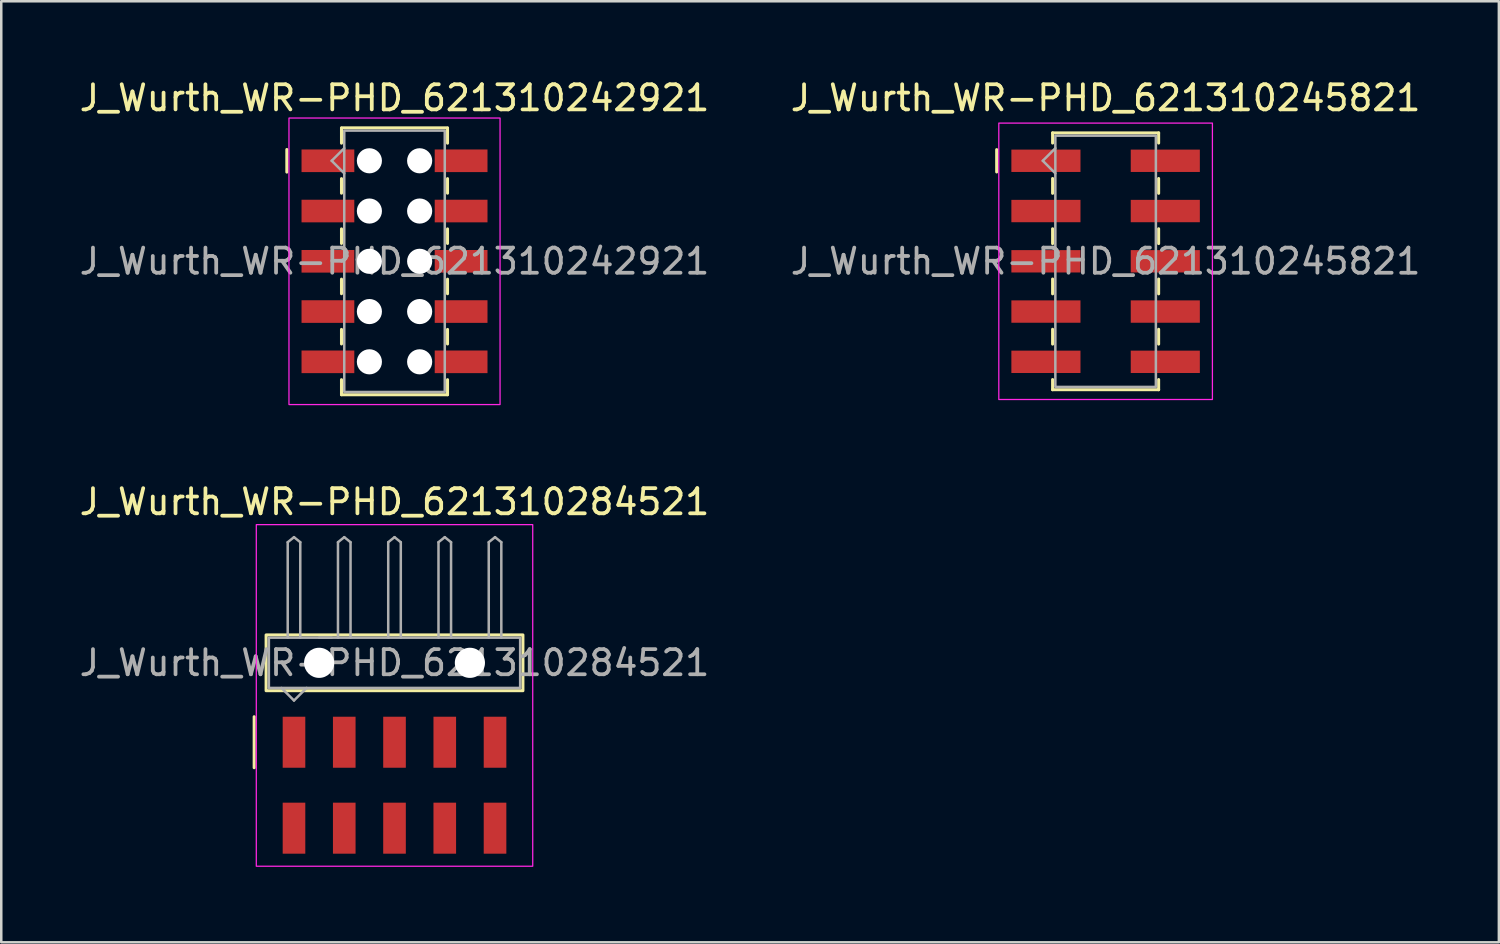
<source format=kicad_pcb>
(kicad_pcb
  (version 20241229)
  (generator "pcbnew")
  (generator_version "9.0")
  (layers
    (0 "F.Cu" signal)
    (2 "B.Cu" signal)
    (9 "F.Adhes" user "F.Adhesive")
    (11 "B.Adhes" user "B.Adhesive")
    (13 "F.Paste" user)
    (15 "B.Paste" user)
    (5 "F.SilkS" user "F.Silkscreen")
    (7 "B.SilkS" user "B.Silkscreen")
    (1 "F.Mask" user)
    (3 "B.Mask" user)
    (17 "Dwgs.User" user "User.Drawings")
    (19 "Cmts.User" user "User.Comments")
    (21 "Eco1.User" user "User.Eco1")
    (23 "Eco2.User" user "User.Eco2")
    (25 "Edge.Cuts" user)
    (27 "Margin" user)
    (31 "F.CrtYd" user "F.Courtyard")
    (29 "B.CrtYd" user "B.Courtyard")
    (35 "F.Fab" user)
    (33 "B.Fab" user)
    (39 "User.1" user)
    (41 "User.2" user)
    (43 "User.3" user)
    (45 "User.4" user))
  (footprint "J_Wurth_WR-PHD_621310284521"
    (layer "F.Cu")
    (at 12.649 23.326)
    (property "Reference" "J_Wurth_WR-PHD_621310284521" (at 0 -6.405 0) (unlocked yes) (layer "F.SilkS") (effects (font (size 1 1) (thickness 0.15))))
    (attr smd)
    (fp_line (start -5.585 4.175) (end -5.585 2.145) (stroke (width 0.12) (type solid)) (layer "F.SilkS"))
    (fp_rect (start -5.11 -1.11) (end 5.11 1.11) (stroke (width 0.12) (type solid)) (fill no) (layer "F.SilkS"))
    (fp_rect (start -5.5 -5.5) (end 5.5 8.095) (stroke (width 0.05) (type solid)) (fill no) (layer "F.CrtYd"))
    (fp_line (start -4.25 -4.8) (end -4.25 -1) (stroke (width 0.1) (type solid)) (layer "F.Fab"))
    (fp_line (start -4 -5) (end -4.25 -4.8) (stroke (width 0.1) (type default)) (layer "F.Fab"))
    (fp_line (start -4 1.5) (end -4.5 1) (stroke (width 0.1) (type default)) (layer "F.Fab"))
    (fp_line (start -4 1.5) (end -3.5 1) (stroke (width 0.1) (type default)) (layer "F.Fab"))
    (fp_line (start -3.75 -4.8) (end -4 -5) (stroke (width 0.1) (type default)) (layer "F.Fab"))
    (fp_line (start -3.75 -1) (end -3.75 -4.8) (stroke (width 0.1) (type solid)) (layer "F.Fab"))
    (fp_line (start -3 -1) (end -2.5 -1) (stroke (width 0.1) (type default)) (layer "F.Fab"))
    (fp_line (start -2.25 -4.8) (end -2 -5) (stroke (width 0.1) (type default)) (layer "F.Fab"))
    (fp_line (start -2.25 -1) (end -2.25 -4.8) (stroke (width 0.1) (type solid)) (layer "F.Fab"))
    (fp_line (start -2 -5) (end -1.75 -4.8) (stroke (width 0.1) (type default)) (layer "F.Fab"))
    (fp_line (start -1.75 -4.8) (end -1.75 -1) (stroke (width 0.1) (type solid)) (layer "F.Fab"))
    (fp_line (start -0.25 -4.8) (end 0 -5) (stroke (width 0.1) (type default)) (layer "F.Fab"))
    (fp_line (start -0.25 -1) (end -0.25 -4.8) (stroke (width 0.1) (type solid)) (layer "F.Fab"))
    (fp_line (start 0 -5) (end 0.25 -4.8) (stroke (width 0.1) (type default)) (layer "F.Fab"))
    (fp_line (start 0.25 -4.8) (end 0.25 -1) (stroke (width 0.1) (type solid)) (layer "F.Fab"))
    (fp_line (start 1.75 -4.8) (end 2 -5) (stroke (width 0.1) (type default)) (layer "F.Fab"))
    (fp_line (start 1.75 -1) (end 1.75 -4.8) (stroke (width 0.1) (type solid)) (layer "F.Fab"))
    (fp_line (start 2 -5) (end 2.25 -4.8) (stroke (width 0.1) (type default)) (layer "F.Fab"))
    (fp_line (start 2.25 -4.8) (end 2.25 -1) (stroke (width 0.1) (type solid)) (layer "F.Fab"))
    (fp_line (start 3.75 -4.8) (end 4 -5) (stroke (width 0.1) (type default)) (layer "F.Fab"))
    (fp_line (start 3.75 -1) (end 3.75 -4.8) (stroke (width 0.1) (type solid)) (layer "F.Fab"))
    (fp_line (start 4 -5) (end 4.25 -4.8) (stroke (width 0.1) (type default)) (layer "F.Fab"))
    (fp_line (start 4.25 -4.8) (end 4.25 -1) (stroke (width 0.1) (type solid)) (layer "F.Fab"))
    (fp_rect (start -5 -1) (end 5 1) (stroke (width 0.1) (type solid)) (fill no) (layer "F.Fab"))
    (fp_text user "${REFERENCE}" (at 0 0 0) (unlocked yes) (layer "F.Fab") (effects (font (size 1 1) (thickness 0.15))))
    (pad "" np_thru_hole circle (at -3 0 180) (size 1.2 1.2) (drill 1.2) (layers "*.Cu" "*.Mask"))
    (pad "" np_thru_hole circle (at 3 0 180) (size 1.2 1.2) (drill 1.2) (layers "*.Cu" "*.Mask"))
    (pad "1" smd rect (at -4 3.16 180) (size 0.9 2.03) (layers "F.Cu" "F.Mask" "F.Paste"))
    (pad "2" smd rect (at -4 6.58 180) (size 0.9 2.03) (layers "F.Cu" "F.Mask" "F.Paste"))
    (pad "3" smd rect (at -2 3.16 180) (size 0.9 2.03) (layers "F.Cu" "F.Mask" "F.Paste"))
    (pad "4" smd rect (at -2 6.58 180) (size 0.9 2.03) (layers "F.Cu" "F.Mask" "F.Paste"))
    (pad "5" smd rect (at 0 3.16 180) (size 0.9 2.03) (layers "F.Cu" "F.Mask" "F.Paste"))
    (pad "6" smd rect (at 0 6.58 180) (size 0.9 2.03) (layers "F.Cu" "F.Mask" "F.Paste"))
    (pad "7" smd rect (at 2 3.16 180) (size 0.9 2.03) (layers "F.Cu" "F.Mask" "F.Paste"))
    (pad "8" smd rect (at 2 6.58 180) (size 0.9 2.03) (layers "F.Cu" "F.Mask" "F.Paste"))
    (pad "9" smd rect (at 4 3.16 180) (size 0.9 2.03) (layers "F.Cu" "F.Mask" "F.Paste"))
    (pad "10" smd rect (at 4 6.58 180) (size 0.9 2.03) (layers "F.Cu" "F.Mask" "F.Paste")))
  (footprint "J_Wurth_WR-PHD_621310245821"
    (layer "F.Cu")
    (at 40.946 7.348)
    (property "Reference" "J_Wurth_WR-PHD_621310245821" (at 0 -6.5 0) (unlocked yes) (layer "F.SilkS") (effects (font (size 1 1) (thickness 0.15))))
    (attr smd)
    (fp_line (start -4.335 -4.445) (end -4.335 -3.555) (stroke (width 0.12) (type solid)) (layer "F.SilkS"))
    (fp_line (start -2.11 -5.11) (end -2.11 -4.705) (stroke (width 0.12) (type solid)) (layer "F.SilkS"))
    (fp_line (start -2.11 -3.295) (end -2.11 -2.705) (stroke (width 0.12) (type solid)) (layer "F.SilkS"))
    (fp_line (start -2.11 -1.295) (end -2.11 -0.705) (stroke (width 0.12) (type solid)) (layer "F.SilkS"))
    (fp_line (start -2.11 0.705) (end -2.11 1.295) (stroke (width 0.12) (type solid)) (layer "F.SilkS"))
    (fp_line (start -2.11 2.705) (end -2.11 3.295) (stroke (width 0.12) (type solid)) (layer "F.SilkS"))
    (fp_line (start -2.11 4.705) (end -2.11 5.11) (stroke (width 0.12) (type solid)) (layer "F.SilkS"))
    (fp_line (start 2.11 -5.11) (end -2.11 -5.11) (stroke (width 0.12) (type solid)) (layer "F.SilkS"))
    (fp_line (start 2.11 -5.11) (end 2.11 -4.705) (stroke (width 0.12) (type solid)) (layer "F.SilkS"))
    (fp_line (start 2.11 -3.295) (end 2.11 -2.705) (stroke (width 0.12) (type solid)) (layer "F.SilkS"))
    (fp_line (start 2.11 -1.295) (end 2.11 -0.705) (stroke (width 0.12) (type solid)) (layer "F.SilkS"))
    (fp_line (start 2.11 0.705) (end 2.11 1.295) (stroke (width 0.12) (type solid)) (layer "F.SilkS"))
    (fp_line (start 2.11 2.705) (end 2.11 3.295) (stroke (width 0.12) (type solid)) (layer "F.SilkS"))
    (fp_line (start 2.11 4.705) (end 2.11 5.11) (stroke (width 0.12) (type solid)) (layer "F.SilkS"))
    (fp_line (start 2.11 5.11) (end -2.11 5.11) (stroke (width 0.12) (type solid)) (layer "F.SilkS"))
    (fp_rect (start -4.25 -5.5) (end 4.25 5.5) (stroke (width 0.05) (type solid)) (fill no) (layer "F.CrtYd"))
    (fp_line (start -2.5 -4) (end -2 -3.5) (stroke (width 0.1) (type default)) (layer "F.Fab"))
    (fp_line (start -2 -4.5) (end -2.5 -4) (stroke (width 0.1) (type default)) (layer "F.Fab"))
    (fp_rect (start -2 -5) (end 2 5) (stroke (width 0.1) (type solid)) (fill no) (layer "F.Fab"))
    (fp_text user "${REFERENCE}" (at 0 0 0) (unlocked yes) (layer "F.Fab") (effects (font (size 1 1) (thickness 0.15))))
    (pad "1" smd rect (at -2.375 -4 270) (size 0.89 2.75) (layers "F.Cu" "F.Mask" "F.Paste"))
    (pad "2" smd rect (at 2.375 -4 270) (size 0.89 2.75) (layers "F.Cu" "F.Mask" "F.Paste"))
    (pad "3" smd rect (at -2.375 -2 270) (size 0.89 2.75) (layers "F.Cu" "F.Mask" "F.Paste"))
    (pad "4" smd rect (at 2.375 -2 270) (size 0.89 2.75) (layers "F.Cu" "F.Mask" "F.Paste"))
    (pad "5" smd rect (at -2.375 0 270) (size 0.89 2.75) (layers "F.Cu" "F.Mask" "F.Paste"))
    (pad "6" smd rect (at 2.375 0 270) (size 0.89 2.75) (layers "F.Cu" "F.Mask" "F.Paste"))
    (pad "7" smd rect (at -2.375 2 270) (size 0.89 2.75) (layers "F.Cu" "F.Mask" "F.Paste"))
    (pad "8" smd rect (at 2.375 2 270) (size 0.89 2.75) (layers "F.Cu" "F.Mask" "F.Paste"))
    (pad "9" smd rect (at -2.375 4 270) (size 0.89 2.75) (layers "F.Cu" "F.Mask" "F.Paste"))
    (pad "10" smd rect (at 2.375 4 270) (size 0.89 2.75) (layers "F.Cu" "F.Mask" "F.Paste")))
  (footprint "J_Wurth_WR-PHD_621310242921"
    (layer "F.Cu")
    (at 12.649 7.348)
    (property "Reference" "J_Wurth_WR-PHD_621310242921" (at 0 -6.5 0) (unlocked yes) (layer "F.SilkS") (effects (font (size 1 1) (thickness 0.15))))
    (attr smd)
    (fp_line (start -4.285 -4.45) (end -4.285 -3.55) (stroke (width 0.12) (type solid)) (layer "F.SilkS"))
    (fp_line (start -2.11 -5.31) (end 2.11 -5.31) (stroke (width 0.12) (type solid)) (layer "F.SilkS"))
    (fp_line (start -2.11 -4.7) (end -2.11 -5.3) (stroke (width 0.12) (type solid)) (layer "F.SilkS"))
    (fp_line (start -2.11 -3.29) (end -2.11 -2.71) (stroke (width 0.12) (type solid)) (layer "F.SilkS"))
    (fp_line (start -2.11 -1.29) (end -2.11 -0.71) (stroke (width 0.12) (type solid)) (layer "F.SilkS"))
    (fp_line (start -2.11 0.71) (end -2.11 1.29) (stroke (width 0.12) (type solid)) (layer "F.SilkS"))
    (fp_line (start -2.11 2.71) (end -2.11 3.29) (stroke (width 0.12) (type solid)) (layer "F.SilkS"))
    (fp_line (start -2.11 4.71) (end -2.11 5.31) (stroke (width 0.12) (type solid)) (layer "F.SilkS"))
    (fp_line (start 2.11 -4.7) (end 2.11 -5.3) (stroke (width 0.12) (type solid)) (layer "F.SilkS"))
    (fp_line (start 2.11 -3.29) (end 2.11 -2.71) (stroke (width 0.12) (type solid)) (layer "F.SilkS"))
    (fp_line (start 2.11 -1.29) (end 2.11 -0.71) (stroke (width 0.12) (type solid)) (layer "F.SilkS"))
    (fp_line (start 2.11 0.71) (end 2.11 1.29) (stroke (width 0.12) (type solid)) (layer "F.SilkS"))
    (fp_line (start 2.11 2.71) (end 2.11 3.29) (stroke (width 0.12) (type solid)) (layer "F.SilkS"))
    (fp_line (start 2.11 4.71) (end 2.11 5.31) (stroke (width 0.12) (type solid)) (layer "F.SilkS"))
    (fp_line (start 2.11 5.31) (end -2.11 5.31) (stroke (width 0.12) (type solid)) (layer "F.SilkS"))
    (fp_rect (start -4.2 -5.7) (end 4.2 5.7) (stroke (width 0.05) (type solid)) (fill no) (layer "F.CrtYd"))
    (fp_line (start -2.5 -4) (end -2 -3.5) (stroke (width 0.1) (type default)) (layer "F.Fab"))
    (fp_line (start -2 -4.5) (end -2.5 -4) (stroke (width 0.1) (type default)) (layer "F.Fab"))
    (fp_rect (start -2 -5.2) (end 2 5.2) (stroke (width 0.1) (type solid)) (fill no) (layer "F.Fab"))
    (fp_text user "${REFERENCE}" (at 0 0 0) (unlocked yes) (layer "F.Fab") (effects (font (size 1 1) (thickness 0.15))))
    (pad "" np_thru_hole circle (at -1 -4 270) (size 1 1) (drill 1) (layers "*.Cu" "*.Mask"))
    (pad "" np_thru_hole circle (at -1 -2 270) (size 1 1) (drill 1) (layers "*.Cu" "*.Mask"))
    (pad "" np_thru_hole circle (at -1 0 270) (size 1 1) (drill 1) (layers "*.Cu" "*.Mask"))
    (pad "" np_thru_hole circle (at -1 2 270) (size 1 1) (drill 1) (layers "*.Cu" "*.Mask"))
    (pad "" np_thru_hole circle (at -1 4 270) (size 1 1) (drill 1) (layers "*.Cu" "*.Mask"))
    (pad "" np_thru_hole circle (at 1 -4 270) (size 1 1) (drill 1) (layers "*.Cu" "*.Mask"))
    (pad "" np_thru_hole circle (at 1 -2 270) (size 1 1) (drill 1) (layers "*.Cu" "*.Mask"))
    (pad "" np_thru_hole circle (at 1 0 270) (size 1 1) (drill 1) (layers "*.Cu" "*.Mask"))
    (pad "" np_thru_hole circle (at 1 2 270) (size 1 1) (drill 1) (layers "*.Cu" "*.Mask"))
    (pad "" np_thru_hole circle (at 1 4 270) (size 1 1) (drill 1) (layers "*.Cu" "*.Mask"))
    (pad "1" smd rect (at -2.65 -4 270) (size 0.9 2.1) (layers "F.Cu" "F.Mask" "F.Paste"))
    (pad "2" smd rect (at 2.65 -4 270) (size 0.9 2.1) (layers "F.Cu" "F.Mask" "F.Paste"))
    (pad "3" smd rect (at -2.65 -2 270) (size 0.9 2.1) (layers "F.Cu" "F.Mask" "F.Paste"))
    (pad "4" smd rect (at 2.65 -2 270) (size 0.9 2.1) (layers "F.Cu" "F.Mask" "F.Paste"))
    (pad "5" smd rect (at -2.65 0 270) (size 0.9 2.1) (layers "F.Cu" "F.Mask" "F.Paste"))
    (pad "6" smd rect (at 2.65 0 270) (size 0.9 2.1) (layers "F.Cu" "F.Mask" "F.Paste"))
    (pad "7" smd rect (at -2.65 2 270) (size 0.9 2.1) (layers "F.Cu" "F.Mask" "F.Paste"))
    (pad "8" smd rect (at 2.65 2 270) (size 0.9 2.1) (layers "F.Cu" "F.Mask" "F.Paste"))
    (pad "9" smd rect (at -2.65 4 270) (size 0.9 2.1) (layers "F.Cu" "F.Mask" "F.Paste"))
    (pad "10" smd rect (at 2.65 4 270) (size 0.9 2.1) (layers "F.Cu" "F.Mask" "F.Paste")))
  (gr_rect
    (start -3 -3)
    (end 56.595 34.447)
    (stroke (width 0.1) (type default))
    (fill no)
    (layer "Edge.Cuts")))
</source>
